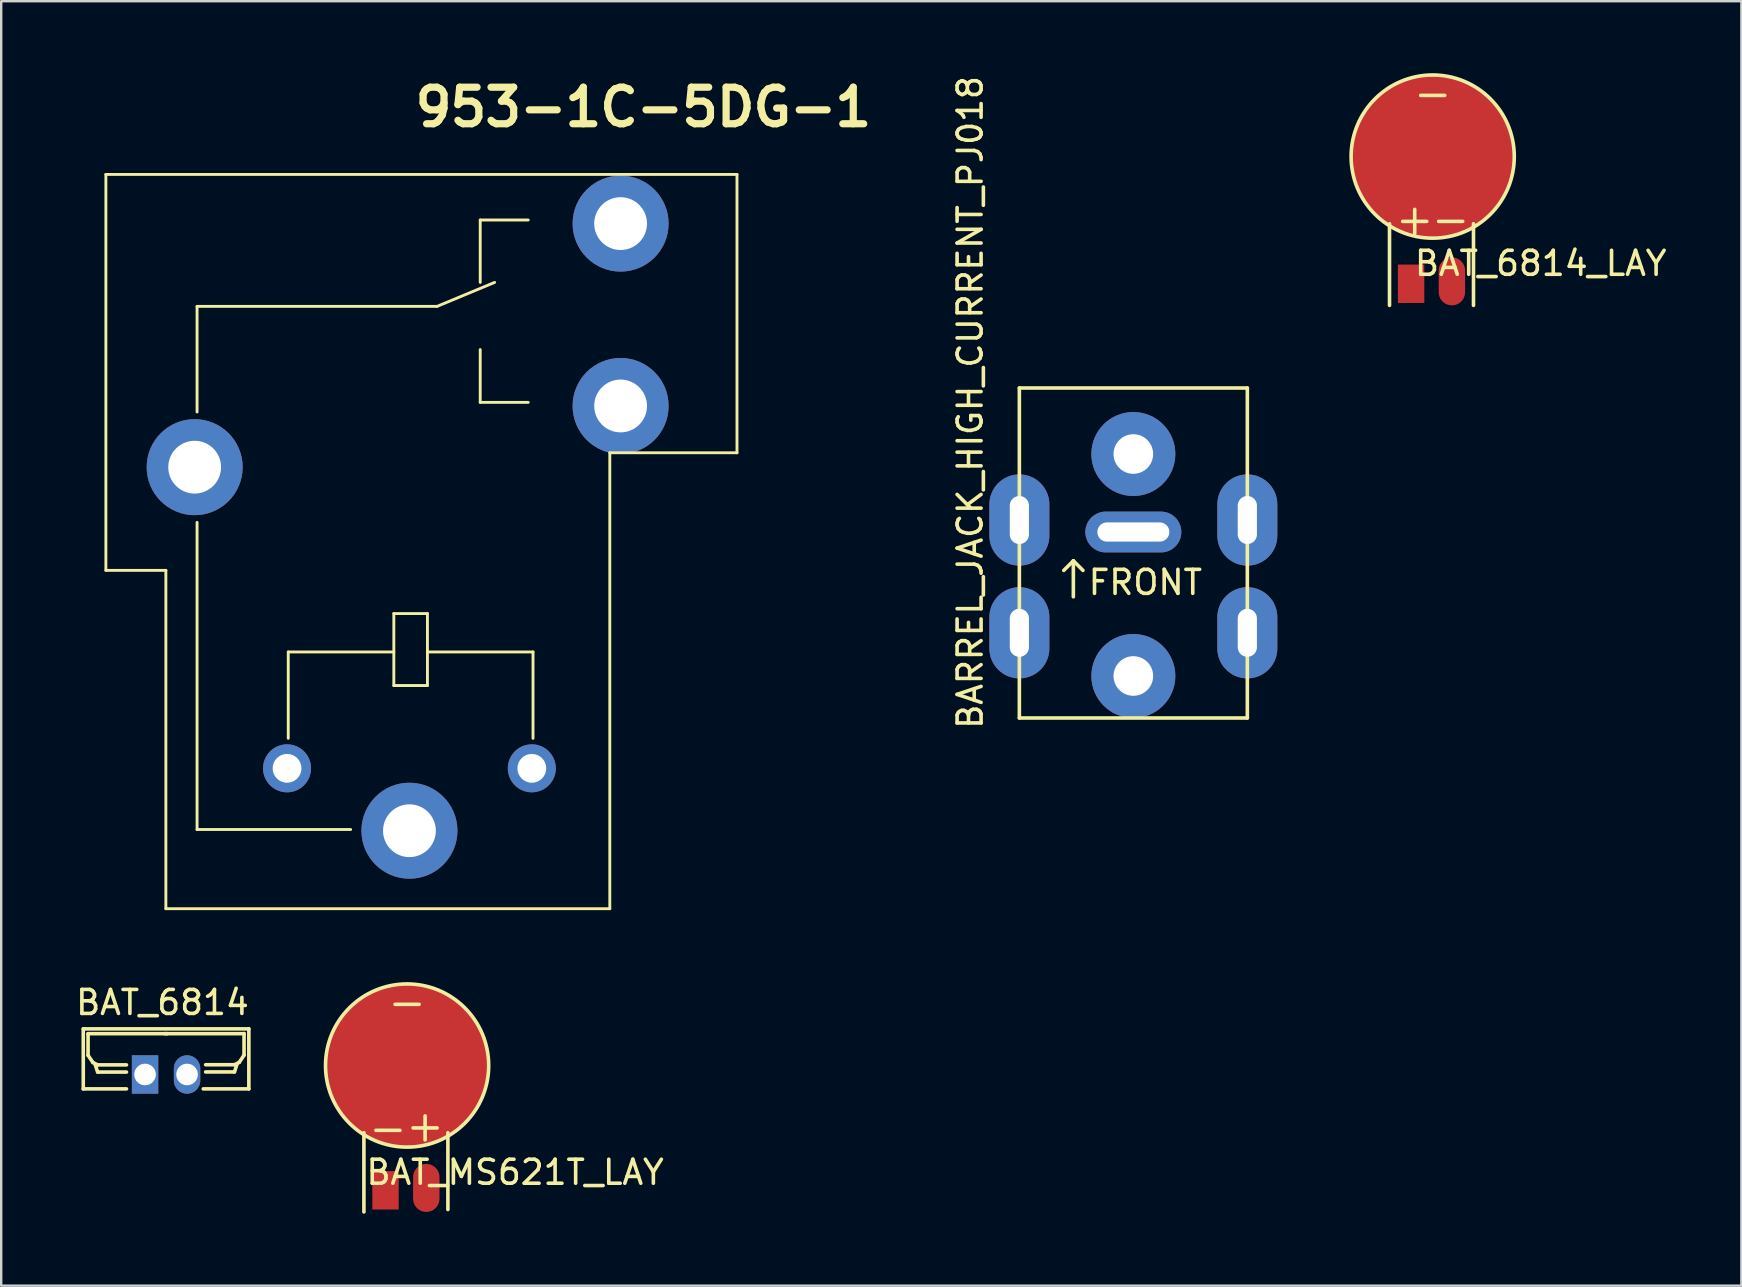
<source format=kicad_pcb>
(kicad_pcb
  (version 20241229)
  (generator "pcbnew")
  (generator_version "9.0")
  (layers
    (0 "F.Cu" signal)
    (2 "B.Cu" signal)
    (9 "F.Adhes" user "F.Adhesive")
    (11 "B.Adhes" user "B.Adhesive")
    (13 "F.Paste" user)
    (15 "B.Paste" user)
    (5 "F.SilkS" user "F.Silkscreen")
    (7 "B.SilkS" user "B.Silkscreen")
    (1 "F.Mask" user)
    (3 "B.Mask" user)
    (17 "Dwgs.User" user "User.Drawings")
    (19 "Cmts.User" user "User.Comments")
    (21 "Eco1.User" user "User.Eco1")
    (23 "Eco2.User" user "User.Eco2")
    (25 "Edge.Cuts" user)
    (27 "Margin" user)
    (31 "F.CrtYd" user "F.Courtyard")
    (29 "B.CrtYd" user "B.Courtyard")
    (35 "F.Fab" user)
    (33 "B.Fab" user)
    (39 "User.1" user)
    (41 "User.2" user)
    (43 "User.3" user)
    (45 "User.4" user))
  (footprint "BARREL_JACK_HIGH_CURRENT_PJ018"
    (layer "F.Cu")
    (at 44.179 13.12)
    (property "Reference" "BARREL_JACK_HIGH_CURRENT_PJ018" (at -6.8 0.6 90) (layer "F.SilkS") (effects (font (size 1 1) (thickness 0.15))))
    (attr through_hole)
    (fp_line (start -4.75 0) (end 4.75 0) (stroke (width 0.15) (type solid)) (layer "F.SilkS"))
    (fp_line (start -4.75 13.75) (end -4.75 0) (stroke (width 0.15) (type solid)) (layer "F.SilkS"))
    (fp_line (start -2.5 7.2) (end -2.9 7.6) (stroke (width 0.15) (type solid)) (layer "F.SilkS"))
    (fp_line (start -2.5 7.2) (end -2.1 7.6) (stroke (width 0.15) (type solid)) (layer "F.SilkS"))
    (fp_line (start -2.5 8.7) (end -2.5 7.2) (stroke (width 0.15) (type solid)) (layer "F.SilkS"))
    (fp_line (start 4.75 0) (end 4.75 13.75) (stroke (width 0.15) (type solid)) (layer "F.SilkS"))
    (fp_line (start 4.75 13.75) (end -4.75 13.75) (stroke (width 0.15) (type solid)) (layer "F.SilkS"))
    (fp_text user "FRONT" (at 0.5 8.1 0) (layer "F.SilkS") (effects (font (size 1 1) (thickness 0.15))))
    (pad "1" thru_hole circle (at 0 12) (size 3.5 3.5) (drill 1.65) (layers "*.Cu" "*.Mask"))
    (pad "2" thru_hole circle (at 0 2.75) (size 3.5 3.5) (drill 1.65) (layers "*.Cu" "*.Mask"))
    (pad "3" thru_hole oval (at -4.75 5.5 90) (size 3.8 2.5) (drill oval 2 0.8) (layers "*.Cu" "*.Mask"))
    (pad "3" thru_hole oval (at -4.75 10.2 90) (size 3.8 2.5) (drill oval 2 0.8) (layers "*.Cu" "*.Mask"))
    (pad "3" thru_hole oval (at 0 6) (size 4 1.7) (drill oval 3 0.8) (layers "*.Cu" "*.Mask"))
    (pad "3" thru_hole oval (at 4.75 5.5 90) (size 3.8 2.5) (drill oval 2 0.8) (layers "*.Cu" "*.Mask"))
    (pad "3" thru_hole oval (at 4.75 10.2 90) (size 3.8 2.5) (drill oval 2 0.8) (layers "*.Cu" "*.Mask")))
  (footprint "BAT_MS621T_LAY"
    (layer "F.Cu")
    (at 13.915 46.053)
    (property "Reference" "BAT_MS621T_LAY" (at 4.5 -0.25 0) (layer "F.SilkS") (effects (font (size 1 1) (thickness 0.15))))
    (attr through_hole)
    (fp_line (start -1.8 1.4) (end -1.8 -1.9) (stroke (width 0.15) (type solid)) (layer "F.SilkS"))
    (fp_line (start -1.3 -2) (end -0.3 -2) (stroke (width 0.15) (type solid)) (layer "F.SilkS"))
    (fp_line (start -0.5 -7.25) (end 0.5 -7.25) (stroke (width 0.15) (type solid)) (layer "F.SilkS"))
    (fp_line (start 0.25 -2.1) (end 1.25 -2.1) (stroke (width 0.15) (type solid)) (layer "F.SilkS"))
    (fp_line (start 0.75 -2.6) (end 0.75 -1.6) (stroke (width 0.15) (type solid)) (layer "F.SilkS"))
    (fp_line (start 1.7 -1.9) (end 1.7 1.3) (stroke (width 0.15) (type solid)) (layer "F.SilkS"))
    (fp_circle (center 0 -4.7) (end 3.4 -4.7) (stroke (width 0.15) (type solid)) (fill no) (layer "F.SilkS"))
    (pad "1" smd oval (at 0.8 0.4) (size 1.1 2) (layers "F.Cu" "F.Mask" "F.Paste"))
    (pad "2" smd rect (at -0.9 0.5) (size 1.1 1.6) (layers "F.Cu" "F.Mask" "F.Paste"))
    (pad "2" smd circle (at 0 -4.75) (size 6.8 6.8) (layers "F.Cu")))
  (footprint "953-1C-5DG-1"
    (layer "F.Cu")
    (at 0.25 19.118)
    (property "Reference" "953-1C-5DG-1" (at 23.512 -17.7 0) (layer "F.SilkS") (effects (font (size 1.524 1.524) (thickness 0.3))))
    (attr through_hole)
    (fp_line (start 1.112 -14.9) (end 1.112 1.6) (stroke (width 0.12) (type solid)) (layer "F.SilkS"))
    (fp_line (start 1.112 1.6) (end 3.612 1.6) (stroke (width 0.12) (type solid)) (layer "F.SilkS"))
    (fp_line (start 3.612 1.6) (end 3.612 15.7) (stroke (width 0.12) (type solid)) (layer "F.SilkS"))
    (fp_line (start 3.612 15.7) (end 22.112 15.7) (stroke (width 0.12) (type solid)) (layer "F.SilkS"))
    (fp_line (start 4.912 -9.4) (end 4.912 -5) (stroke (width 0.12) (type solid)) (layer "F.SilkS"))
    (fp_line (start 4.912 -0.4) (end 4.912 12.4) (stroke (width 0.12) (type solid)) (layer "F.SilkS"))
    (fp_line (start 4.912 12.4) (end 11.312 12.4) (stroke (width 0.12) (type solid)) (layer "F.SilkS"))
    (fp_line (start 8.712 5) (end 8.712 8.6) (stroke (width 0.12) (type solid)) (layer "F.SilkS"))
    (fp_line (start 13.112 3.4) (end 13.112 6.4) (stroke (width 0.12) (type solid)) (layer "F.SilkS"))
    (fp_line (start 13.112 5) (end 8.712 5) (stroke (width 0.12) (type solid)) (layer "F.SilkS"))
    (fp_line (start 13.112 6.4) (end 14.512 6.4) (stroke (width 0.12) (type solid)) (layer "F.SilkS"))
    (fp_line (start 14.512 3.4) (end 13.112 3.4) (stroke (width 0.12) (type solid)) (layer "F.SilkS"))
    (fp_line (start 14.512 5) (end 14.512 3.4) (stroke (width 0.12) (type solid)) (layer "F.SilkS"))
    (fp_line (start 14.512 6.4) (end 14.512 5) (stroke (width 0.12) (type solid)) (layer "F.SilkS"))
    (fp_line (start 14.912 -9.4) (end 4.912 -9.4) (stroke (width 0.12) (type solid)) (layer "F.SilkS"))
    (fp_line (start 16.712 -13) (end 16.712 -10.4) (stroke (width 0.12) (type solid)) (layer "F.SilkS"))
    (fp_line (start 16.712 -5.4) (end 16.712 -7.6) (stroke (width 0.12) (type solid)) (layer "F.SilkS"))
    (fp_line (start 17.312 -10.4) (end 14.912 -9.4) (stroke (width 0.12) (type solid)) (layer "F.SilkS"))
    (fp_line (start 18.712 -13) (end 16.712 -13) (stroke (width 0.12) (type solid)) (layer "F.SilkS"))
    (fp_line (start 18.712 -5.4) (end 16.712 -5.4) (stroke (width 0.12) (type solid)) (layer "F.SilkS"))
    (fp_line (start 18.912 5) (end 14.512 5) (stroke (width 0.12) (type solid)) (layer "F.SilkS"))
    (fp_line (start 18.912 8.6) (end 18.912 5) (stroke (width 0.12) (type solid)) (layer "F.SilkS"))
    (fp_line (start 22.112 -3.3) (end 27.412 -3.3) (stroke (width 0.12) (type solid)) (layer "F.SilkS"))
    (fp_line (start 22.112 15.7) (end 22.112 -3.3) (stroke (width 0.12) (type solid)) (layer "F.SilkS"))
    (fp_line (start 27.412 -14.9) (end 1.112 -14.9) (stroke (width 0.12) (type solid)) (layer "F.SilkS"))
    (fp_line (start 27.412 -3.3) (end 27.412 -14.9) (stroke (width 0.12) (type solid)) (layer "F.SilkS"))
    (pad "1" thru_hole circle (at 22.562 -5.25) (size 4 4) (drill 2.2) (layers "*.Cu" "*.Mask"))
    (pad "2" thru_hole circle (at 22.562 -12.85) (size 4 4) (drill 2.2) (layers "*.Cu" "*.Mask"))
    (pad "3" thru_hole circle (at 8.662 9.85) (size 2 2) (drill 1.2) (layers "*.Cu" "*.Mask"))
    (pad "4" thru_hole circle (at 18.862 9.85) (size 2 2) (drill 1.2) (layers "*.Cu" "*.Mask"))
    (pad "5" thru_hole circle (at 4.812 -2.7) (size 4 4) (drill 2.2) (layers "*.Cu" "*.Mask"))
    (pad "NC" thru_hole circle (at 13.762 12.45) (size 4 4) (drill 2.2) (layers "*.Cu" "*.Mask")))
  (footprint "BAT_6814_LAY"
    (layer "F.Cu")
    (at 56.654 8.175)
    (property "Reference" "BAT_6814_LAY" (at 4.5 -0.25 0) (layer "F.SilkS") (effects (font (size 1 1) (thickness 0.15))))
    (attr through_hole)
    (fp_line (start -1.8 1.5) (end -1.8 -1.9) (stroke (width 0.15) (type solid)) (layer "F.SilkS"))
    (fp_line (start -1.25 -2) (end -0.25 -2) (stroke (width 0.15) (type solid)) (layer "F.SilkS"))
    (fp_line (start -0.75 -2.5) (end -0.75 -1.5) (stroke (width 0.15) (type solid)) (layer "F.SilkS"))
    (fp_line (start -0.5 -7.25) (end 0.5 -7.25) (stroke (width 0.15) (type solid)) (layer "F.SilkS"))
    (fp_line (start 0.25 -2) (end 1.25 -2) (stroke (width 0.15) (type solid)) (layer "F.SilkS"))
    (fp_line (start 1.7 -1.9) (end 1.7 1.5) (stroke (width 0.15) (type solid)) (layer "F.SilkS"))
    (fp_circle (center 0 -4.7) (end 3.4 -4.7) (stroke (width 0.15) (type solid)) (fill no) (layer "F.SilkS"))
    (pad "1" smd rect (at -0.9 0.6) (size 1.1 1.6) (layers "F.Cu" "F.Mask" "F.Paste"))
    (pad "2" smd circle (at 0 -4.75) (size 6.8 6.8) (layers "F.Cu"))
    (pad "2" smd oval (at 0.8 0.5) (size 1.1 2) (layers "F.Cu" "F.Mask" "F.Paste")))
  (footprint "BAT_6814"
    (layer "F.Cu")
    (at 2.995 41.726)
    (property "Reference" "BAT_6814" (at 0.725 -3 0) (layer "F.SilkS") (effects (font (size 1 1) (thickness 0.15))))
    (attr through_hole)
    (fp_line (start -2.575 -1.9) (end 4.325 -1.9) (stroke (width 0.15) (type solid)) (layer "F.SilkS"))
    (fp_line (start -2.575 0.6) (end -2.575 -1.9) (stroke (width 0.15) (type solid)) (layer "F.SilkS"))
    (fp_line (start -2.575 0.6) (end -0.775 0.6) (stroke (width 0.15) (type solid)) (layer "F.SilkS"))
    (fp_line (start -2.375 -1.7) (end -2.375 -0.8) (stroke (width 0.15) (type solid)) (layer "F.SilkS"))
    (fp_line (start -2.375 -1.7) (end 0.925 -1.7) (stroke (width 0.15) (type solid)) (layer "F.SilkS"))
    (fp_line (start -2.375 -0.8) (end -2.175 -0.5) (stroke (width 0.15) (type solid)) (layer "F.SilkS"))
    (fp_line (start -2.175 -0.5) (end -1.975 -0.4) (stroke (width 0.15) (type solid)) (layer "F.SilkS"))
    (fp_line (start -2.075 -0.4) (end -1.975 -0.1) (stroke (width 0.15) (type solid)) (layer "F.SilkS"))
    (fp_line (start -1.975 -0.4) (end -0.775 -0.4) (stroke (width 0.15) (type solid)) (layer "F.SilkS"))
    (fp_line (start -1.975 -0.1) (end -0.775 -0.1) (stroke (width 0.15) (type solid)) (layer "F.SilkS"))
    (fp_line (start 3.725 -0.406) (end 2.525 -0.406) (stroke (width 0.15) (type solid)) (layer "F.SilkS"))
    (fp_line (start 3.725 -0.106) (end 2.525 -0.106) (stroke (width 0.15) (type solid)) (layer "F.SilkS"))
    (fp_line (start 3.825 -0.406) (end 3.725 -0.106) (stroke (width 0.15) (type solid)) (layer "F.SilkS"))
    (fp_line (start 3.925 -0.506) (end 3.725 -0.406) (stroke (width 0.15) (type solid)) (layer "F.SilkS"))
    (fp_line (start 4.125 -1.706) (end 4.125 -0.806) (stroke (width 0.15) (type solid)) (layer "F.SilkS"))
    (fp_line (start 4.125 -1.7) (end 0.825 -1.7) (stroke (width 0.15) (type solid)) (layer "F.SilkS"))
    (fp_line (start 4.125 -0.806) (end 3.925 -0.506) (stroke (width 0.15) (type solid)) (layer "F.SilkS"))
    (fp_line (start 4.325 -1.9) (end 4.325 0.6) (stroke (width 0.15) (type solid)) (layer "F.SilkS"))
    (fp_line (start 4.325 0.6) (end 2.425 0.6) (stroke (width 0.15) (type solid)) (layer "F.SilkS"))
    (pad "1" thru_hole rect (at 0 0) (size 1.1 1.6) (drill 0.9) (layers "*.Cu" "*.Mask"))
    (pad "2" thru_hole oval (at 1.75 0) (size 1.1 1.6) (drill 0.9) (layers "*.Cu" "*.Mask")))
  (gr_rect
    (start -3 -3)
    (end 69.517 50.528)
    (stroke (width 0.1) (type default))
    (fill no)
    (layer "Edge.Cuts")))
</source>
